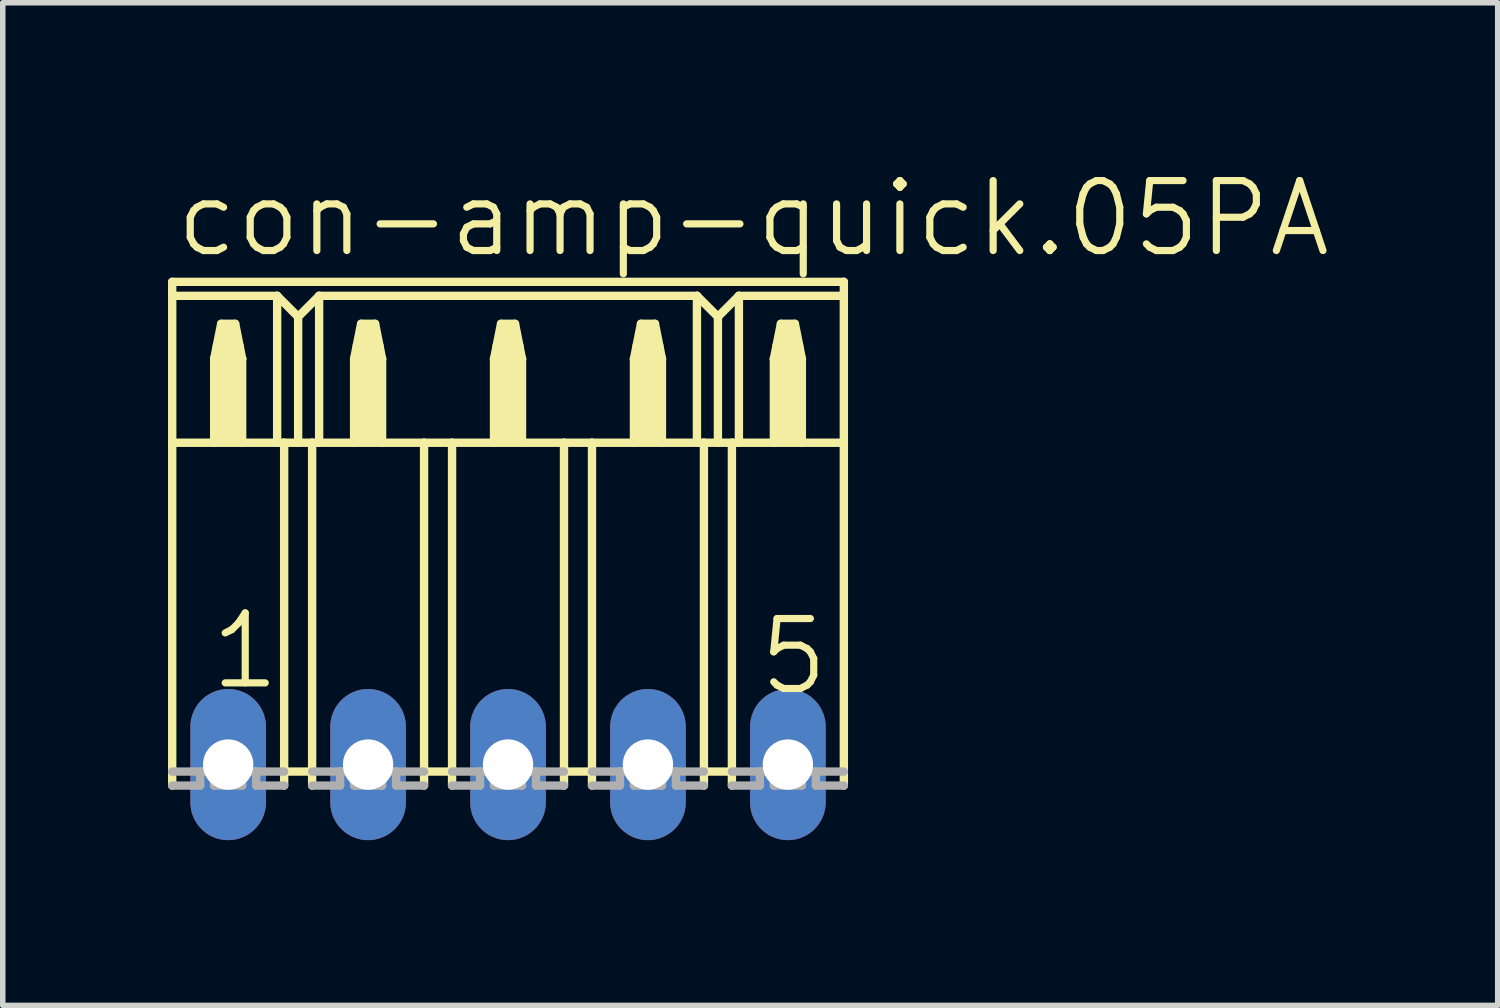
<source format=kicad_pcb>
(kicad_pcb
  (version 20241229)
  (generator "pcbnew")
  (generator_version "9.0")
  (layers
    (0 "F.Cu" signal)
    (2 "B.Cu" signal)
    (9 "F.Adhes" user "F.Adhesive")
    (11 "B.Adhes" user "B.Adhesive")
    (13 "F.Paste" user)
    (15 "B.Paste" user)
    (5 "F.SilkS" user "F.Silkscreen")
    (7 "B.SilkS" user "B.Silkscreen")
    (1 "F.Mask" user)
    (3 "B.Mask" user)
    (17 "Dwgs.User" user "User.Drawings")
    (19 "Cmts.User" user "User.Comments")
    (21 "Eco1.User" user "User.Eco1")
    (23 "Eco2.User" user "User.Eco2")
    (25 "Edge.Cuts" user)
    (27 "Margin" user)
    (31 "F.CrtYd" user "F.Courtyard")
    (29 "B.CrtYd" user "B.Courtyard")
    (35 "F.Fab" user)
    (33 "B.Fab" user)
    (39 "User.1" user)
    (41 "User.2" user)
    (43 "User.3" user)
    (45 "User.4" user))
  (footprint "con-amp-quick.05PA"
    (layer "F.Cu")
    (at 6.172 10.829)
    (property "Reference" "con-amp-quick.05PA" (at -6.096 -9.169 0) (layer "F.SilkS") (effects (font (size 1.27 1.27) (thickness 0.13)) (justify left bottom)))
    (attr through_hole)
    (fp_line (start -6.096 -8.763) (end -6.096 -8.509) (stroke (width 0.152) (type default)) (layer "F.SilkS"))
    (fp_line (start -6.096 -8.763) (end 6.096 -8.763) (stroke (width 0.152) (type default)) (layer "F.SilkS"))
    (fp_line (start -6.096 -8.509) (end -6.096 -5.842) (stroke (width 0.152) (type default)) (layer "F.SilkS"))
    (fp_line (start -6.096 -8.509) (end -4.191 -8.509) (stroke (width 0.152) (type default)) (layer "F.SilkS"))
    (fp_line (start -6.096 -5.842) (end -6.096 0.381) (stroke (width 0.152) (type default)) (layer "F.SilkS"))
    (fp_line (start -6.096 -5.842) (end -5.334 -5.842) (stroke (width 0.152) (type default)) (layer "F.SilkS"))
    (fp_line (start -5.334 -7.366) (end -5.334 -5.842) (stroke (width 0.152) (type default)) (layer "F.SilkS"))
    (fp_line (start -5.334 -7.366) (end -5.207 -8.001) (stroke (width 0.152) (type default)) (layer "F.SilkS"))
    (fp_line (start -5.334 -5.842) (end -4.826 -5.842) (stroke (width 0.152) (type default)) (layer "F.SilkS"))
    (fp_line (start -5.207 -8.001) (end -4.953 -8.001) (stroke (width 0.152) (type default)) (layer "F.SilkS"))
    (fp_line (start -4.953 -8.001) (end -4.826 -7.366) (stroke (width 0.152) (type default)) (layer "F.SilkS"))
    (fp_line (start -4.826 -7.366) (end -5.334 -7.366) (stroke (width 0.152) (type default)) (layer "F.SilkS"))
    (fp_line (start -4.826 -7.366) (end -4.826 -5.842) (stroke (width 0.152) (type default)) (layer "F.SilkS"))
    (fp_line (start -4.826 -5.842) (end -4.191 -5.842) (stroke (width 0.152) (type default)) (layer "F.SilkS"))
    (fp_line (start -4.191 -8.509) (end -4.191 -5.842) (stroke (width 0.152) (type default)) (layer "F.SilkS"))
    (fp_line (start -4.191 -8.509) (end -3.81 -8.128) (stroke (width 0.152) (type default)) (layer "F.SilkS"))
    (fp_line (start -4.191 -5.842) (end -4.064 -5.842) (stroke (width 0.152) (type default)) (layer "F.SilkS"))
    (fp_line (start -4.064 -5.842) (end -4.064 0.127) (stroke (width 0.152) (type default)) (layer "F.SilkS"))
    (fp_line (start -4.064 -5.842) (end -3.81 -5.842) (stroke (width 0.152) (type default)) (layer "F.SilkS"))
    (fp_line (start -4.064 0.127) (end -4.064 0.381) (stroke (width 0.152) (type default)) (layer "F.SilkS"))
    (fp_line (start -3.81 -8.128) (end -3.81 -5.842) (stroke (width 0.152) (type default)) (layer "F.SilkS"))
    (fp_line (start -3.81 -8.128) (end -3.429 -8.509) (stroke (width 0.152) (type default)) (layer "F.SilkS"))
    (fp_line (start -3.81 -5.842) (end -3.556 -5.842) (stroke (width 0.152) (type default)) (layer "F.SilkS"))
    (fp_line (start -3.556 -5.842) (end -3.556 0.127) (stroke (width 0.152) (type default)) (layer "F.SilkS"))
    (fp_line (start -3.556 -5.842) (end -3.429 -5.842) (stroke (width 0.152) (type default)) (layer "F.SilkS"))
    (fp_line (start -3.556 0.127) (end -4.064 0.127) (stroke (width 0.152) (type default)) (layer "F.SilkS"))
    (fp_line (start -3.556 0.127) (end -3.556 0.381) (stroke (width 0.152) (type default)) (layer "F.SilkS"))
    (fp_line (start -3.429 -8.509) (end -3.429 -5.842) (stroke (width 0.152) (type default)) (layer "F.SilkS"))
    (fp_line (start -3.429 -8.509) (end 3.429 -8.509) (stroke (width 0.152) (type default)) (layer "F.SilkS"))
    (fp_line (start -3.429 -5.842) (end -2.794 -5.842) (stroke (width 0.152) (type default)) (layer "F.SilkS"))
    (fp_line (start -2.794 -7.366) (end -2.794 -5.842) (stroke (width 0.152) (type default)) (layer "F.SilkS"))
    (fp_line (start -2.794 -7.366) (end -2.667 -8.001) (stroke (width 0.152) (type default)) (layer "F.SilkS"))
    (fp_line (start -2.794 -5.842) (end -2.286 -5.842) (stroke (width 0.152) (type default)) (layer "F.SilkS"))
    (fp_line (start -2.667 -8.001) (end -2.413 -8.001) (stroke (width 0.152) (type default)) (layer "F.SilkS"))
    (fp_line (start -2.413 -8.001) (end -2.286 -7.366) (stroke (width 0.152) (type default)) (layer "F.SilkS"))
    (fp_line (start -2.286 -7.366) (end -2.794 -7.366) (stroke (width 0.152) (type default)) (layer "F.SilkS"))
    (fp_line (start -2.286 -7.366) (end -2.286 -5.842) (stroke (width 0.152) (type default)) (layer "F.SilkS"))
    (fp_line (start -2.286 -5.842) (end -1.524 -5.842) (stroke (width 0.152) (type default)) (layer "F.SilkS"))
    (fp_line (start -1.524 -5.842) (end -1.524 0.127) (stroke (width 0.152) (type default)) (layer "F.SilkS"))
    (fp_line (start -1.524 -5.842) (end -1.016 -5.842) (stroke (width 0.152) (type default)) (layer "F.SilkS"))
    (fp_line (start -1.524 0.127) (end -1.524 0.381) (stroke (width 0.152) (type default)) (layer "F.SilkS"))
    (fp_line (start -1.016 -5.842) (end -1.016 0.127) (stroke (width 0.152) (type default)) (layer "F.SilkS"))
    (fp_line (start -1.016 -5.842) (end 1.016 -5.842) (stroke (width 0.152) (type default)) (layer "F.SilkS"))
    (fp_line (start -1.016 0.127) (end -1.524 0.127) (stroke (width 0.152) (type default)) (layer "F.SilkS"))
    (fp_line (start -1.016 0.127) (end -1.016 0.381) (stroke (width 0.152) (type default)) (layer "F.SilkS"))
    (fp_line (start -0.254 -7.366) (end -0.254 -5.842) (stroke (width 0.152) (type default)) (layer "F.SilkS"))
    (fp_line (start -0.254 -7.366) (end -0.127 -8.001) (stroke (width 0.152) (type default)) (layer "F.SilkS"))
    (fp_line (start -0.127 -8.001) (end 0.127 -8.001) (stroke (width 0.152) (type default)) (layer "F.SilkS"))
    (fp_line (start 0.127 -8.001) (end 0.254 -7.366) (stroke (width 0.152) (type default)) (layer "F.SilkS"))
    (fp_line (start 0.254 -7.366) (end -0.254 -7.366) (stroke (width 0.152) (type default)) (layer "F.SilkS"))
    (fp_line (start 0.254 -7.366) (end 0.254 -5.842) (stroke (width 0.152) (type default)) (layer "F.SilkS"))
    (fp_line (start 1.016 -5.842) (end 1.016 0.127) (stroke (width 0.152) (type default)) (layer "F.SilkS"))
    (fp_line (start 1.016 -5.842) (end 1.524 -5.842) (stroke (width 0.152) (type default)) (layer "F.SilkS"))
    (fp_line (start 1.016 0.127) (end 1.016 0.381) (stroke (width 0.152) (type default)) (layer "F.SilkS"))
    (fp_line (start 1.524 -5.842) (end 1.524 0.127) (stroke (width 0.152) (type default)) (layer "F.SilkS"))
    (fp_line (start 1.524 -5.842) (end 3.429 -5.842) (stroke (width 0.152) (type default)) (layer "F.SilkS"))
    (fp_line (start 1.524 0.127) (end 1.016 0.127) (stroke (width 0.152) (type default)) (layer "F.SilkS"))
    (fp_line (start 1.524 0.127) (end 1.524 0.381) (stroke (width 0.152) (type default)) (layer "F.SilkS"))
    (fp_line (start 2.286 -7.366) (end 2.286 -5.842) (stroke (width 0.152) (type default)) (layer "F.SilkS"))
    (fp_line (start 2.286 -7.366) (end 2.413 -8.001) (stroke (width 0.152) (type default)) (layer "F.SilkS"))
    (fp_line (start 2.413 -8.001) (end 2.667 -8.001) (stroke (width 0.152) (type default)) (layer "F.SilkS"))
    (fp_line (start 2.667 -8.001) (end 2.794 -7.366) (stroke (width 0.152) (type default)) (layer "F.SilkS"))
    (fp_line (start 2.794 -7.366) (end 2.286 -7.366) (stroke (width 0.152) (type default)) (layer "F.SilkS"))
    (fp_line (start 2.794 -7.366) (end 2.794 -5.842) (stroke (width 0.152) (type default)) (layer "F.SilkS"))
    (fp_line (start 3.429 -8.509) (end 3.429 -5.842) (stroke (width 0.152) (type default)) (layer "F.SilkS"))
    (fp_line (start 3.429 -8.509) (end 3.81 -8.128) (stroke (width 0.152) (type default)) (layer "F.SilkS"))
    (fp_line (start 3.429 -5.842) (end 3.556 -5.842) (stroke (width 0.152) (type default)) (layer "F.SilkS"))
    (fp_line (start 3.556 -5.842) (end 3.556 0.127) (stroke (width 0.152) (type default)) (layer "F.SilkS"))
    (fp_line (start 3.556 -5.842) (end 3.81 -5.842) (stroke (width 0.152) (type default)) (layer "F.SilkS"))
    (fp_line (start 3.556 0.127) (end 3.556 0.381) (stroke (width 0.152) (type default)) (layer "F.SilkS"))
    (fp_line (start 3.81 -8.128) (end 3.81 -5.842) (stroke (width 0.152) (type default)) (layer "F.SilkS"))
    (fp_line (start 3.81 -8.128) (end 4.191 -8.509) (stroke (width 0.152) (type default)) (layer "F.SilkS"))
    (fp_line (start 3.81 -5.842) (end 4.064 -5.842) (stroke (width 0.152) (type default)) (layer "F.SilkS"))
    (fp_line (start 4.064 -5.842) (end 4.064 0.127) (stroke (width 0.152) (type default)) (layer "F.SilkS"))
    (fp_line (start 4.064 -5.842) (end 4.826 -5.842) (stroke (width 0.152) (type default)) (layer "F.SilkS"))
    (fp_line (start 4.064 0.127) (end 3.556 0.127) (stroke (width 0.152) (type default)) (layer "F.SilkS"))
    (fp_line (start 4.064 0.127) (end 4.064 0.381) (stroke (width 0.152) (type default)) (layer "F.SilkS"))
    (fp_line (start 4.191 -8.509) (end 4.191 -5.842) (stroke (width 0.152) (type default)) (layer "F.SilkS"))
    (fp_line (start 4.191 -8.509) (end 6.096 -8.509) (stroke (width 0.152) (type default)) (layer "F.SilkS"))
    (fp_line (start 4.826 -7.366) (end 4.826 -5.842) (stroke (width 0.152) (type default)) (layer "F.SilkS"))
    (fp_line (start 4.826 -7.366) (end 4.953 -8.001) (stroke (width 0.152) (type default)) (layer "F.SilkS"))
    (fp_line (start 4.826 -5.842) (end 5.334 -5.842) (stroke (width 0.152) (type default)) (layer "F.SilkS"))
    (fp_line (start 4.953 -8.001) (end 5.207 -8.001) (stroke (width 0.152) (type default)) (layer "F.SilkS"))
    (fp_line (start 5.207 -8.001) (end 5.334 -7.366) (stroke (width 0.152) (type default)) (layer "F.SilkS"))
    (fp_line (start 5.334 -7.366) (end 4.826 -7.366) (stroke (width 0.152) (type default)) (layer "F.SilkS"))
    (fp_line (start 5.334 -7.366) (end 5.334 -5.842) (stroke (width 0.152) (type default)) (layer "F.SilkS"))
    (fp_line (start 5.334 -5.842) (end 6.096 -5.842) (stroke (width 0.152) (type default)) (layer "F.SilkS"))
    (fp_line (start 6.096 -8.509) (end 6.096 -8.763) (stroke (width 0.152) (type default)) (layer "F.SilkS"))
    (fp_line (start 6.096 -5.842) (end 6.096 -8.509) (stroke (width 0.152) (type default)) (layer "F.SilkS"))
    (fp_line (start 6.096 -5.842) (end 6.096 0.381) (stroke (width 0.152) (type default)) (layer "F.SilkS"))
    (fp_rect (start -5.334 -7.366) (end -5.207 -7.62) (stroke (width 0.05) (type default)) (fill yes) (layer "F.SilkS"))
    (fp_rect (start -5.334 -5.842) (end -4.826 -7.366) (stroke (width 0.05) (type default)) (fill yes) (layer "F.SilkS"))
    (fp_rect (start -5.207 -7.366) (end -4.953 -8.001) (stroke (width 0.05) (type default)) (fill yes) (layer "F.SilkS"))
    (fp_rect (start -4.953 -7.366) (end -4.826 -7.62) (stroke (width 0.05) (type default)) (fill yes) (layer "F.SilkS"))
    (fp_rect (start -2.794 -7.366) (end -2.667 -7.62) (stroke (width 0.05) (type default)) (fill yes) (layer "F.SilkS"))
    (fp_rect (start -2.794 -5.842) (end -2.286 -7.366) (stroke (width 0.05) (type default)) (fill yes) (layer "F.SilkS"))
    (fp_rect (start -2.667 -7.366) (end -2.413 -8.001) (stroke (width 0.05) (type default)) (fill yes) (layer "F.SilkS"))
    (fp_rect (start -2.413 -7.366) (end -2.286 -7.62) (stroke (width 0.05) (type default)) (fill yes) (layer "F.SilkS"))
    (fp_rect (start -0.254 -7.366) (end -0.127 -7.62) (stroke (width 0.05) (type default)) (fill yes) (layer "F.SilkS"))
    (fp_rect (start -0.254 -5.842) (end 0.254 -7.366) (stroke (width 0.05) (type default)) (fill yes) (layer "F.SilkS"))
    (fp_rect (start -0.127 -7.366) (end 0.127 -8.001) (stroke (width 0.05) (type default)) (fill yes) (layer "F.SilkS"))
    (fp_rect (start 0.127 -7.366) (end 0.254 -7.62) (stroke (width 0.05) (type default)) (fill yes) (layer "F.SilkS"))
    (fp_rect (start 2.286 -7.366) (end 2.413 -7.62) (stroke (width 0.05) (type default)) (fill yes) (layer "F.SilkS"))
    (fp_rect (start 2.286 -5.842) (end 2.794 -7.366) (stroke (width 0.05) (type default)) (fill yes) (layer "F.SilkS"))
    (fp_rect (start 2.413 -7.366) (end 2.667 -8.001) (stroke (width 0.05) (type default)) (fill yes) (layer "F.SilkS"))
    (fp_rect (start 2.667 -7.366) (end 2.794 -7.62) (stroke (width 0.05) (type default)) (fill yes) (layer "F.SilkS"))
    (fp_rect (start 4.826 -7.366) (end 4.953 -7.62) (stroke (width 0.05) (type default)) (fill yes) (layer "F.SilkS"))
    (fp_rect (start 4.826 -5.842) (end 5.334 -7.366) (stroke (width 0.05) (type default)) (fill yes) (layer "F.SilkS"))
    (fp_rect (start 4.953 -7.366) (end 5.207 -8.001) (stroke (width 0.05) (type default)) (fill yes) (layer "F.SilkS"))
    (fp_rect (start 5.207 -7.366) (end 5.334 -7.62) (stroke (width 0.05) (type default)) (fill yes) (layer "F.SilkS"))
    (fp_line (start -6.096 0.127) (end -5.588 0.127) (stroke (width 0.152) (type default)) (layer "F.Fab"))
    (fp_line (start -5.588 0.381) (end -6.096 0.381) (stroke (width 0.152) (type default)) (layer "F.Fab"))
    (fp_line (start -5.588 0.381) (end -5.588 0.127) (stroke (width 0.152) (type default)) (layer "F.Fab"))
    (fp_line (start -5.334 0.127) (end -5.588 0.127) (stroke (width 0.152) (type default)) (layer "F.Fab"))
    (fp_line (start -5.334 0.381) (end -5.334 0.127) (stroke (width 0.152) (type default)) (layer "F.Fab"))
    (fp_line (start -4.826 0.381) (end -5.334 0.381) (stroke (width 0.152) (type default)) (layer "F.Fab"))
    (fp_line (start -4.826 0.381) (end -4.826 0.127) (stroke (width 0.152) (type default)) (layer "F.Fab"))
    (fp_line (start -4.572 0.127) (end -4.826 0.127) (stroke (width 0.152) (type default)) (layer "F.Fab"))
    (fp_line (start -4.572 0.381) (end -4.572 0.127) (stroke (width 0.152) (type default)) (layer "F.Fab"))
    (fp_line (start -4.064 0.127) (end -4.572 0.127) (stroke (width 0.152) (type default)) (layer "F.Fab"))
    (fp_line (start -4.064 0.381) (end -4.572 0.381) (stroke (width 0.152) (type default)) (layer "F.Fab"))
    (fp_line (start -3.556 0.127) (end -3.048 0.127) (stroke (width 0.152) (type default)) (layer "F.Fab"))
    (fp_line (start -3.048 0.381) (end -3.556 0.381) (stroke (width 0.152) (type default)) (layer "F.Fab"))
    (fp_line (start -3.048 0.381) (end -3.048 0.127) (stroke (width 0.152) (type default)) (layer "F.Fab"))
    (fp_line (start -2.794 0.127) (end -3.048 0.127) (stroke (width 0.152) (type default)) (layer "F.Fab"))
    (fp_line (start -2.794 0.381) (end -2.794 0.127) (stroke (width 0.152) (type default)) (layer "F.Fab"))
    (fp_line (start -2.286 0.381) (end -2.794 0.381) (stroke (width 0.152) (type default)) (layer "F.Fab"))
    (fp_line (start -2.286 0.381) (end -2.286 0.127) (stroke (width 0.152) (type default)) (layer "F.Fab"))
    (fp_line (start -2.032 0.127) (end -2.286 0.127) (stroke (width 0.152) (type default)) (layer "F.Fab"))
    (fp_line (start -2.032 0.381) (end -2.032 0.127) (stroke (width 0.152) (type default)) (layer "F.Fab"))
    (fp_line (start -1.524 0.127) (end -2.032 0.127) (stroke (width 0.152) (type default)) (layer "F.Fab"))
    (fp_line (start -1.524 0.381) (end -2.032 0.381) (stroke (width 0.152) (type default)) (layer "F.Fab"))
    (fp_line (start -1.016 0.127) (end -0.508 0.127) (stroke (width 0.152) (type default)) (layer "F.Fab"))
    (fp_line (start -0.508 0.381) (end -1.016 0.381) (stroke (width 0.152) (type default)) (layer "F.Fab"))
    (fp_line (start -0.508 0.381) (end -0.508 0.127) (stroke (width 0.152) (type default)) (layer "F.Fab"))
    (fp_line (start -0.254 0.127) (end -0.508 0.127) (stroke (width 0.152) (type default)) (layer "F.Fab"))
    (fp_line (start -0.254 0.381) (end -0.254 0.127) (stroke (width 0.152) (type default)) (layer "F.Fab"))
    (fp_line (start 0.254 0.381) (end -0.254 0.381) (stroke (width 0.152) (type default)) (layer "F.Fab"))
    (fp_line (start 0.254 0.381) (end 0.254 0.127) (stroke (width 0.152) (type default)) (layer "F.Fab"))
    (fp_line (start 0.508 0.127) (end 0.254 0.127) (stroke (width 0.152) (type default)) (layer "F.Fab"))
    (fp_line (start 0.508 0.381) (end 0.508 0.127) (stroke (width 0.152) (type default)) (layer "F.Fab"))
    (fp_line (start 1.016 0.127) (end 0.508 0.127) (stroke (width 0.152) (type default)) (layer "F.Fab"))
    (fp_line (start 1.016 0.381) (end 0.508 0.381) (stroke (width 0.152) (type default)) (layer "F.Fab"))
    (fp_line (start 1.524 0.127) (end 2.032 0.127) (stroke (width 0.152) (type default)) (layer "F.Fab"))
    (fp_line (start 2.032 0.381) (end 1.524 0.381) (stroke (width 0.152) (type default)) (layer "F.Fab"))
    (fp_line (start 2.032 0.381) (end 2.032 0.127) (stroke (width 0.152) (type default)) (layer "F.Fab"))
    (fp_line (start 2.286 0.127) (end 2.032 0.127) (stroke (width 0.152) (type default)) (layer "F.Fab"))
    (fp_line (start 2.286 0.381) (end 2.286 0.127) (stroke (width 0.152) (type default)) (layer "F.Fab"))
    (fp_line (start 2.794 0.381) (end 2.286 0.381) (stroke (width 0.152) (type default)) (layer "F.Fab"))
    (fp_line (start 2.794 0.381) (end 2.794 0.127) (stroke (width 0.152) (type default)) (layer "F.Fab"))
    (fp_line (start 3.048 0.127) (end 2.794 0.127) (stroke (width 0.152) (type default)) (layer "F.Fab"))
    (fp_line (start 3.048 0.381) (end 3.048 0.127) (stroke (width 0.152) (type default)) (layer "F.Fab"))
    (fp_line (start 3.556 0.127) (end 3.048 0.127) (stroke (width 0.152) (type default)) (layer "F.Fab"))
    (fp_line (start 3.556 0.381) (end 3.048 0.381) (stroke (width 0.152) (type default)) (layer "F.Fab"))
    (fp_line (start 4.064 0.127) (end 4.572 0.127) (stroke (width 0.152) (type default)) (layer "F.Fab"))
    (fp_line (start 4.572 0.381) (end 4.064 0.381) (stroke (width 0.152) (type default)) (layer "F.Fab"))
    (fp_line (start 4.572 0.381) (end 4.572 0.127) (stroke (width 0.152) (type default)) (layer "F.Fab"))
    (fp_line (start 4.826 0.127) (end 4.572 0.127) (stroke (width 0.152) (type default)) (layer "F.Fab"))
    (fp_line (start 4.826 0.381) (end 4.826 0.127) (stroke (width 0.152) (type default)) (layer "F.Fab"))
    (fp_line (start 5.334 0.381) (end 4.826 0.381) (stroke (width 0.152) (type default)) (layer "F.Fab"))
    (fp_line (start 5.334 0.381) (end 5.334 0.127) (stroke (width 0.152) (type default)) (layer "F.Fab"))
    (fp_line (start 5.588 0.127) (end 5.334 0.127) (stroke (width 0.152) (type default)) (layer "F.Fab"))
    (fp_line (start 5.588 0.381) (end 5.588 0.127) (stroke (width 0.152) (type default)) (layer "F.Fab"))
    (fp_line (start 6.096 0.127) (end 5.588 0.127) (stroke (width 0.152) (type default)) (layer "F.Fab"))
    (fp_line (start 6.096 0.381) (end 5.588 0.381) (stroke (width 0.152) (type default)) (layer "F.Fab"))
    (fp_text user "1" (at -5.461 -1.321 0) (layer "F.SilkS") (effects (font (size 1.27 1.27) (thickness 0.13)) (justify left bottom)))
    (fp_text user "5" (at 4.496 -1.219 0) (layer "F.SilkS") (effects (font (size 1.27 1.27) (thickness 0.13)) (justify left bottom)))
    (pad "1" thru_hole oval (at -5.08 0 90) (size 2.743 1.372) (drill 0.914) (layers "*.Cu" "*.Mask"))
    (pad "2" thru_hole oval (at -2.54 0 90) (size 2.743 1.372) (drill 0.914) (layers "*.Cu" "*.Mask"))
    (pad "3" thru_hole oval (at 0 0 90) (size 2.743 1.372) (drill 0.914) (layers "*.Cu" "*.Mask"))
    (pad "4" thru_hole oval (at 2.54 0 90) (size 2.743 1.372) (drill 0.914) (layers "*.Cu" "*.Mask"))
    (pad "5" thru_hole oval (at 5.08 0 90) (size 2.743 1.372) (drill 0.914) (layers "*.Cu" "*.Mask")))
  (gr_rect
    (start -3 -3)
    (end 24.137 15.201)
    (stroke (width 0.1) (type default))
    (fill no)
    (layer "Edge.Cuts")))
</source>
